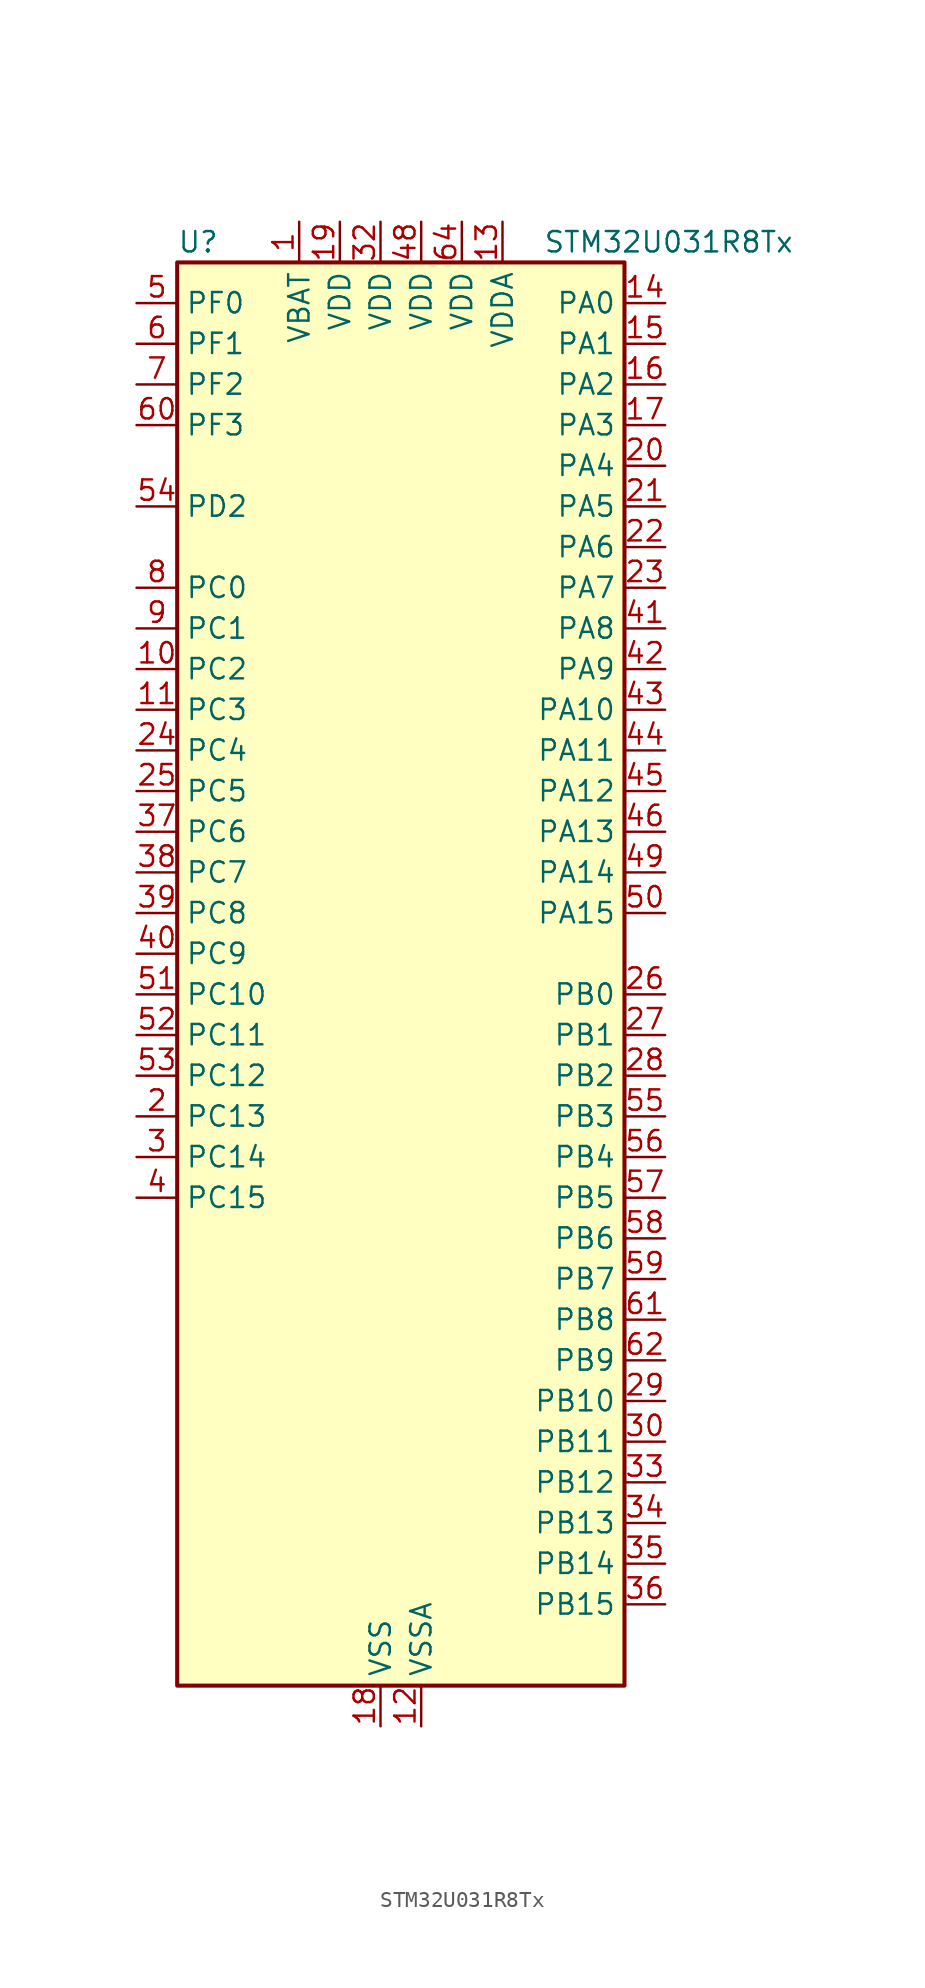
<source format=kicad_sym>
(kicad_symbol_lib
  (version 20231120)
  (generator "kicad_symbol_editor")
  (generator_version "8.99")
  (symbol "STM32U031R8Tx"
    (property "Reference" "U"
      (at -12.7 46.99 0)
      (effects (font (size 1.27 1.27)) (justify left)))
    (property "Value" "STM32U031R8Tx"
      (at 10.16 46.99 0)
      (effects (font (size 1.27 1.27)) (justify left)))
    (property "ki_locked" ""
      (at 0 0 0)
      (effects (font (size 1.27 1.27))))
    (symbol "STM32U031R8Tx_0_1"
      (rectangle (start -12.7 -43.18) (end 15.24 45.72) (stroke (width 0.254) (type default)) (fill (type background))))
    (symbol "STM32U031R8Tx_1_1"
      (pin power_in line (at -5.08 48.26 270) (length 2.54) (name "VBAT" (effects (font (size 1.27 1.27)))) (number "1" (effects (font (size 1.27 1.27)))))
      (pin bidirectional line (at -15.24 20.32 0) (length 2.54) (name "PC2" (effects (font (size 1.27 1.27)))) (number "10" (effects (font (size 1.27 1.27)))) (alternate "ADC1_IN2" bidirectional line) (alternate "LPTIM1_IN2" bidirectional line) (alternate "RCC_MCO2" bidirectional line) (alternate "SPI2_MISO" bidirectional line))
      (pin bidirectional line (at -15.24 17.78 0) (length 2.54) (name "PC3" (effects (font (size 1.27 1.27)))) (number "11" (effects (font (size 1.27 1.27)))) (alternate "ADC1_IN3" bidirectional line) (alternate "LPTIM1_ETR" bidirectional line) (alternate "LPTIM2_ETR" bidirectional line) (alternate "SPI2_MOSI" bidirectional line) (alternate "USART4_CK" bidirectional line))
      (pin power_in line (at 2.54 -45.72 90) (length 2.54) (name "VSSA" (effects (font (size 1.27 1.27)))) (number "12" (effects (font (size 1.27 1.27)))))
      (pin power_in line (at 7.62 48.26 270) (length 2.54) (name "VDDA" (effects (font (size 1.27 1.27)))) (number "13" (effects (font (size 1.27 1.27)))))
      (pin bidirectional line (at 17.78 43.18 180) (length 2.54) (name "PA0" (effects (font (size 1.27 1.27)))) (number "14" (effects (font (size 1.27 1.27)))) (alternate "ADC1_IN4" bidirectional line) (alternate "COMP1_INM" bidirectional line) (alternate "COMP1_OUT" bidirectional line) (alternate "OPAMP1_VINP" bidirectional line) (alternate "PWR_WKUP1" bidirectional line) (alternate "TAMP_IN2" bidirectional line) (alternate "TIM2_CH1" bidirectional line) (alternate "TIM2_ETR" bidirectional line) (alternate "USART2_CTS" bidirectional line) (alternate "USART4_TX" bidirectional line))
      (pin bidirectional line (at 17.78 40.64 180) (length 2.54) (name "PA1" (effects (font (size 1.27 1.27)))) (number "15" (effects (font (size 1.27 1.27)))) (alternate "ADC1_IN5" bidirectional line) (alternate "COMP1_INP" bidirectional line) (alternate "LPTIM1_CH2" bidirectional line) (alternate "OPAMP1_VINM" bidirectional line) (alternate "PWR_WKUP3" bidirectional line) (alternate "SPI1_SCK" bidirectional line) (alternate "SPI2_SCK" bidirectional line) (alternate "TAMP_IN5" bidirectional line) (alternate "TIM15_CH1N" bidirectional line) (alternate "TIM2_CH2" bidirectional line) (alternate "USART2_DE" bidirectional line) (alternate "USART2_RTS" bidirectional line) (alternate "USART4_RX" bidirectional line))
      (pin bidirectional line (at 17.78 38.1 180) (length 2.54) (name "PA2" (effects (font (size 1.27 1.27)))) (number "16" (effects (font (size 1.27 1.27)))) (alternate "ADC1_IN6" bidirectional line) (alternate "LPUART1_TX" bidirectional line) (alternate "PWR_WKUP4" bidirectional line) (alternate "RCC_LSCO" bidirectional line) (alternate "TIM15_CH1" bidirectional line) (alternate "TIM2_CH3" bidirectional line) (alternate "USART2_TX" bidirectional line))
      (pin bidirectional line (at 17.78 35.56 180) (length 2.54) (name "PA3" (effects (font (size 1.27 1.27)))) (number "17" (effects (font (size 1.27 1.27)))) (alternate "ADC1_IN7" bidirectional line) (alternate "LPUART1_RX" bidirectional line) (alternate "OPAMP1_VOUT" bidirectional line) (alternate "TIM15_CH2" bidirectional line) (alternate "TIM2_CH4" bidirectional line) (alternate "USART2_RX" bidirectional line))
      (pin power_in line (at 0 -45.72 90) (length 2.54) (name "VSS" (effects (font (size 1.27 1.27)))) (number "18" (effects (font (size 1.27 1.27)))))
      (pin power_in line (at -2.54 48.26 270) (length 2.54) (name "VDD" (effects (font (size 1.27 1.27)))) (number "19" (effects (font (size 1.27 1.27)))))
      (pin bidirectional line (at -15.24 -7.62 0) (length 2.54) (name "PC13" (effects (font (size 1.27 1.27)))) (number "2" (effects (font (size 1.27 1.27)))) (alternate "LPTIM1_CH3" bidirectional line) (alternate "PWR_WKUP2" bidirectional line) (alternate "RTC_OUT1" bidirectional line) (alternate "RTC_TS" bidirectional line) (alternate "TAMP_IN1" bidirectional line))
      (pin bidirectional line (at 17.78 33.02 180) (length 2.54) (name "PA4" (effects (font (size 1.27 1.27)))) (number "20" (effects (font (size 1.27 1.27)))) (alternate "ADC1_IN8" bidirectional line) (alternate "COMP1_INM" bidirectional line) (alternate "DAC1_OUT1" bidirectional line) (alternate "LPTIM2_CH1" bidirectional line) (alternate "SPI1_NSS" bidirectional line) (alternate "USART2_CK" bidirectional line))
      (pin bidirectional line (at 17.78 30.48 180) (length 2.54) (name "PA5" (effects (font (size 1.27 1.27)))) (number "21" (effects (font (size 1.27 1.27)))) (alternate "ADC1_IN9" bidirectional line) (alternate "COMP1_INM" bidirectional line) (alternate "LPTIM2_ETR" bidirectional line) (alternate "SPI1_SCK" bidirectional line) (alternate "TIM2_CH1" bidirectional line) (alternate "TIM2_ETR" bidirectional line) (alternate "USART3_TX" bidirectional line))
      (pin bidirectional line (at 17.78 27.94 180) (length 2.54) (name "PA6" (effects (font (size 1.27 1.27)))) (number "22" (effects (font (size 1.27 1.27)))) (alternate "ADC1_IN10" bidirectional line) (alternate "COMP1_OUT" bidirectional line) (alternate "I2C2_SDA" bidirectional line) (alternate "I2C3_SDA" bidirectional line) (alternate "LPUART1_CTS" bidirectional line) (alternate "SPI1_MISO" bidirectional line) (alternate "TIM16_CH1" bidirectional line) (alternate "TIM1_BKIN" bidirectional line) (alternate "TIM3_CH1" bidirectional line) (alternate "TSC_G5_IO1" bidirectional line) (alternate "USART3_CTS" bidirectional line))
      (pin bidirectional line (at 17.78 25.4 180) (length 2.54) (name "PA7" (effects (font (size 1.27 1.27)))) (number "23" (effects (font (size 1.27 1.27)))) (alternate "ADC1_IN14" bidirectional line) (alternate "I2C2_SCL" bidirectional line) (alternate "I2C3_SCL" bidirectional line) (alternate "LPTIM2_CH2" bidirectional line) (alternate "SPI1_MOSI" bidirectional line) (alternate "TIM1_CH1N" bidirectional line) (alternate "TIM3_CH2" bidirectional line) (alternate "USART3_RX" bidirectional line))
      (pin bidirectional line (at -15.24 15.24 0) (length 2.54) (name "PC4" (effects (font (size 1.27 1.27)))) (number "24" (effects (font (size 1.27 1.27)))) (alternate "ADC1_IN15" bidirectional line) (alternate "COMP1_INM" bidirectional line) (alternate "USART3_TX" bidirectional line))
      (pin bidirectional line (at -15.24 12.7 0) (length 2.54) (name "PC5" (effects (font (size 1.27 1.27)))) (number "25" (effects (font (size 1.27 1.27)))) (alternate "ADC1_IN16" bidirectional line) (alternate "COMP1_INP" bidirectional line) (alternate "PWR_WKUP5" bidirectional line) (alternate "TAMP_IN4" bidirectional line) (alternate "USART3_RX" bidirectional line))
      (pin bidirectional line (at 17.78 0 180) (length 2.54) (name "PB0" (effects (font (size 1.27 1.27)))) (number "26" (effects (font (size 1.27 1.27)))) (alternate "ADC1_IN17" bidirectional line) (alternate "COMP1_OUT" bidirectional line) (alternate "LPUART2_CTS" bidirectional line) (alternate "SPI1_NSS" bidirectional line) (alternate "TIM1_CH2N" bidirectional line) (alternate "TIM3_CH3" bidirectional line) (alternate "TSC_G5_IO2" bidirectional line) (alternate "USART3_CK" bidirectional line))
      (pin bidirectional line (at 17.78 -2.54 180) (length 2.54) (name "PB1" (effects (font (size 1.27 1.27)))) (number "27" (effects (font (size 1.27 1.27)))) (alternate "ADC1_IN18" bidirectional line) (alternate "COMP1_INM" bidirectional line) (alternate "LPTIM2_IN1" bidirectional line) (alternate "LPUART1_DE" bidirectional line) (alternate "LPUART1_RTS" bidirectional line) (alternate "LPUART2_DE" bidirectional line) (alternate "LPUART2_RTS" bidirectional line) (alternate "TIM1_CH3N" bidirectional line) (alternate "TIM3_CH4" bidirectional line) (alternate "TSC_SYNC" bidirectional line) (alternate "USART3_DE" bidirectional line) (alternate "USART3_RTS" bidirectional line))
      (pin bidirectional line (at 17.78 -5.08 180) (length 2.54) (name "PB2" (effects (font (size 1.27 1.27)))) (number "28" (effects (font (size 1.27 1.27)))) (alternate "COMP1_INP" bidirectional line) (alternate "LPTIM1_CH1" bidirectional line) (alternate "RTC_OUT2" bidirectional line))
      (pin bidirectional line (at 17.78 -25.4 180) (length 2.54) (name "PB10" (effects (font (size 1.27 1.27)))) (number "29" (effects (font (size 1.27 1.27)))) (alternate "COMP1_OUT" bidirectional line) (alternate "I2C2_SCL" bidirectional line) (alternate "LPUART1_RX" bidirectional line) (alternate "LPUART2_RX" bidirectional line) (alternate "SPI2_SCK" bidirectional line) (alternate "TIM2_CH3" bidirectional line) (alternate "TSC_G5_IO3" bidirectional line) (alternate "USART3_TX" bidirectional line))
      (pin bidirectional line (at -15.24 -10.16 0) (length 2.54) (name "PC14" (effects (font (size 1.27 1.27)))) (number "3" (effects (font (size 1.27 1.27)))) (alternate "RCC_OSC32_IN" bidirectional line))
      (pin bidirectional line (at 17.78 -27.94 180) (length 2.54) (name "PB11" (effects (font (size 1.27 1.27)))) (number "30" (effects (font (size 1.27 1.27)))) (alternate "ADC1_EXTI11" bidirectional line) (alternate "I2C2_SDA" bidirectional line) (alternate "LPUART1_TX" bidirectional line) (alternate "LPUART2_TX" bidirectional line) (alternate "TIM2_CH4" bidirectional line) (alternate "TSC_G5_IO4" bidirectional line) (alternate "USART3_RX" bidirectional line))
      (pin passive line (at 0 -45.72 90) (length 2.54) hide (name "VSS" (effects (font (size 1.27 1.27)))) (number "31" (effects (font (size 1.27 1.27)))))
      (pin power_in line (at 0 48.26 270) (length 2.54) (name "VDD" (effects (font (size 1.27 1.27)))) (number "32" (effects (font (size 1.27 1.27)))))
      (pin bidirectional line (at 17.78 -30.48 180) (length 2.54) (name "PB12" (effects (font (size 1.27 1.27)))) (number "33" (effects (font (size 1.27 1.27)))) (alternate "LPUART1_DE" bidirectional line) (alternate "LPUART1_RTS" bidirectional line) (alternate "SPI2_NSS" bidirectional line) (alternate "TIM15_BKIN" bidirectional line) (alternate "TIM1_BKIN" bidirectional line) (alternate "TSC_G1_IO1" bidirectional line) (alternate "USART3_CK" bidirectional line))
      (pin bidirectional line (at 17.78 -33.02 180) (length 2.54) (name "PB13" (effects (font (size 1.27 1.27)))) (number "34" (effects (font (size 1.27 1.27)))) (alternate "I2C2_SCL" bidirectional line) (alternate "LPUART1_CTS" bidirectional line) (alternate "SPI2_SCK" bidirectional line) (alternate "TIM15_CH1N" bidirectional line) (alternate "TIM1_CH1N" bidirectional line) (alternate "TSC_G1_IO2" bidirectional line) (alternate "USART3_CTS" bidirectional line))
      (pin bidirectional line (at 17.78 -35.56 180) (length 2.54) (name "PB14" (effects (font (size 1.27 1.27)))) (number "35" (effects (font (size 1.27 1.27)))) (alternate "I2C2_SDA" bidirectional line) (alternate "SPI2_MISO" bidirectional line) (alternate "TIM15_CH1" bidirectional line) (alternate "TIM1_CH2N" bidirectional line) (alternate "TSC_G1_IO3" bidirectional line) (alternate "USART3_DE" bidirectional line) (alternate "USART3_RTS" bidirectional line))
      (pin bidirectional line (at 17.78 -38.1 180) (length 2.54) (name "PB15" (effects (font (size 1.27 1.27)))) (number "36" (effects (font (size 1.27 1.27)))) (alternate "PWR_WKUP7" bidirectional line) (alternate "RTC_REFIN" bidirectional line) (alternate "SPI2_MOSI" bidirectional line) (alternate "TAMP_IN3" bidirectional line) (alternate "TIM15_CH2" bidirectional line) (alternate "TIM1_CH3N" bidirectional line) (alternate "TSC_G1_IO4" bidirectional line))
      (pin bidirectional line (at -15.24 10.16 0) (length 2.54) (name "PC6" (effects (font (size 1.27 1.27)))) (number "37" (effects (font (size 1.27 1.27)))) (alternate "COMP1_INP" bidirectional line) (alternate "LPUART2_TX" bidirectional line) (alternate "TIM3_CH1" bidirectional line) (alternate "TSC_G4_IO1" bidirectional line))
      (pin bidirectional line (at -15.24 7.62 0) (length 2.54) (name "PC7" (effects (font (size 1.27 1.27)))) (number "38" (effects (font (size 1.27 1.27)))) (alternate "LPTIM2_CH2" bidirectional line) (alternate "LPUART2_RX" bidirectional line) (alternate "TIM3_CH2" bidirectional line) (alternate "TSC_G4_IO2" bidirectional line))
      (pin bidirectional line (at -15.24 5.08 0) (length 2.54) (name "PC8" (effects (font (size 1.27 1.27)))) (number "39" (effects (font (size 1.27 1.27)))) (alternate "TIM3_CH3" bidirectional line) (alternate "TSC_G4_IO3" bidirectional line))
      (pin bidirectional line (at -15.24 -12.7 0) (length 2.54) (name "PC15" (effects (font (size 1.27 1.27)))) (number "4" (effects (font (size 1.27 1.27)))) (alternate "RCC_OSC32_EN" bidirectional line) (alternate "RCC_OSC32_OUT" bidirectional line) (alternate "RCC_OSC_EN" bidirectional line))
      (pin bidirectional line (at -15.24 2.54 0) (length 2.54) (name "PC9" (effects (font (size 1.27 1.27)))) (number "40" (effects (font (size 1.27 1.27)))) (alternate "DAC1_EXTI9" bidirectional line) (alternate "TIM3_CH4" bidirectional line) (alternate "TSC_G4_IO4" bidirectional line))
      (pin bidirectional line (at 17.78 22.86 180) (length 2.54) (name "PA8" (effects (font (size 1.27 1.27)))) (number "41" (effects (font (size 1.27 1.27)))) (alternate "LPTIM2_CH1" bidirectional line) (alternate "RCC_MCO" bidirectional line) (alternate "RCC_MCO2" bidirectional line) (alternate "TIM1_CH1" bidirectional line) (alternate "TSC_G7_IO1" bidirectional line) (alternate "USART1_CK" bidirectional line))
      (pin bidirectional line (at 17.78 20.32 180) (length 2.54) (name "PA9" (effects (font (size 1.27 1.27)))) (number "42" (effects (font (size 1.27 1.27)))) (alternate "COMP1_INP" bidirectional line) (alternate "DAC1_EXTI9" bidirectional line) (alternate "I2C1_SCL" bidirectional line) (alternate "I2C2_SCL" bidirectional line) (alternate "RCC_MCO" bidirectional line) (alternate "TIM15_BKIN" bidirectional line) (alternate "TIM1_CH2" bidirectional line) (alternate "TSC_G7_IO2" bidirectional line) (alternate "USART1_TX" bidirectional line))
      (pin bidirectional line (at 17.78 17.78 180) (length 2.54) (name "PA10" (effects (font (size 1.27 1.27)))) (number "43" (effects (font (size 1.27 1.27)))) (alternate "I2C1_SDA" bidirectional line) (alternate "I2C2_SDA" bidirectional line) (alternate "RCC_MCO2" bidirectional line) (alternate "SPI2_NSS" bidirectional line) (alternate "TIM1_CH3" bidirectional line) (alternate "TSC_G7_IO3" bidirectional line) (alternate "USART1_RX" bidirectional line))
      (pin bidirectional line (at 17.78 15.24 180) (length 2.54) (name "PA11" (effects (font (size 1.27 1.27)))) (number "44" (effects (font (size 1.27 1.27)))) (alternate "ADC1_EXTI11" bidirectional line) (alternate "COMP1_OUT" bidirectional line) (alternate "SPI1_MISO" bidirectional line) (alternate "SPI2_MISO" bidirectional line) (alternate "TIM1_BKIN2" bidirectional line) (alternate "TIM1_CH4" bidirectional line) (alternate "USART1_CTS" bidirectional line))
      (pin bidirectional line (at 17.78 12.7 180) (length 2.54) (name "PA12" (effects (font (size 1.27 1.27)))) (number "45" (effects (font (size 1.27 1.27)))) (alternate "SPI1_MOSI" bidirectional line) (alternate "SPI2_MOSI" bidirectional line) (alternate "TIM1_ETR" bidirectional line) (alternate "USART1_DE" bidirectional line) (alternate "USART1_RTS" bidirectional line))
      (pin bidirectional line (at 17.78 10.16 180) (length 2.54) (name "PA13" (effects (font (size 1.27 1.27)))) (number "46" (effects (font (size 1.27 1.27)))) (alternate "DEBUG_JTMS-SWDIO" bidirectional line) (alternate "IR_OUT" bidirectional line) (alternate "TSC_G7_IO4" bidirectional line))
      (pin passive line (at 0 -45.72 90) (length 2.54) hide (name "VSS" (effects (font (size 1.27 1.27)))) (number "47" (effects (font (size 1.27 1.27)))))
      (pin power_in line (at 2.54 48.26 270) (length 2.54) (name "VDD" (effects (font (size 1.27 1.27)))) (number "48" (effects (font (size 1.27 1.27)))))
      (pin bidirectional line (at 17.78 7.62 180) (length 2.54) (name "PA14" (effects (font (size 1.27 1.27)))) (number "49" (effects (font (size 1.27 1.27)))) (alternate "DEBUG_JTCK-SWCLK" bidirectional line) (alternate "LPTIM1_CH1" bidirectional line) (alternate "TSC_G3_IO4" bidirectional line))
      (pin bidirectional line (at -15.24 43.18 0) (length 2.54) (name "PF0" (effects (font (size 1.27 1.27)))) (number "5" (effects (font (size 1.27 1.27)))) (alternate "RCC_OSC_IN" bidirectional line))
      (pin bidirectional line (at 17.78 5.08 180) (length 2.54) (name "PA15" (effects (font (size 1.27 1.27)))) (number "50" (effects (font (size 1.27 1.27)))) (alternate "DEBUG_JTDI" bidirectional line) (alternate "SPI1_NSS" bidirectional line) (alternate "TIM2_CH1" bidirectional line) (alternate "TIM2_ETR" bidirectional line) (alternate "TSC_G3_IO1" bidirectional line) (alternate "USART2_RX" bidirectional line) (alternate "USART3_DE" bidirectional line) (alternate "USART3_RTS" bidirectional line) (alternate "USART4_DE" bidirectional line) (alternate "USART4_RTS" bidirectional line))
      (pin bidirectional line (at -15.24 0 0) (length 2.54) (name "PC10" (effects (font (size 1.27 1.27)))) (number "51" (effects (font (size 1.27 1.27)))) (alternate "TSC_G3_IO2" bidirectional line) (alternate "USART3_TX" bidirectional line) (alternate "USART4_TX" bidirectional line))
      (pin bidirectional line (at -15.24 -2.54 0) (length 2.54) (name "PC11" (effects (font (size 1.27 1.27)))) (number "52" (effects (font (size 1.27 1.27)))) (alternate "ADC1_EXTI11" bidirectional line) (alternate "TSC_G3_IO3" bidirectional line) (alternate "USART3_RX" bidirectional line) (alternate "USART4_RX" bidirectional line))
      (pin bidirectional line (at -15.24 -5.08 0) (length 2.54) (name "PC12" (effects (font (size 1.27 1.27)))) (number "53" (effects (font (size 1.27 1.27)))) (alternate "USART3_CK" bidirectional line) (alternate "USART4_CK" bidirectional line))
      (pin bidirectional line (at -15.24 30.48 0) (length 2.54) (name "PD2" (effects (font (size 1.27 1.27)))) (number "54" (effects (font (size 1.27 1.27)))) (alternate "TIM3_ETR" bidirectional line) (alternate "TSC_SYNC" bidirectional line) (alternate "USART3_DE" bidirectional line) (alternate "USART3_RTS" bidirectional line))
      (pin bidirectional line (at 17.78 -7.62 180) (length 2.54) (name "PB3" (effects (font (size 1.27 1.27)))) (number "55" (effects (font (size 1.27 1.27)))) (alternate "DEBUG_JTDO-SWO" bidirectional line) (alternate "I2C2_SCL" bidirectional line) (alternate "I2C3_SCL" bidirectional line) (alternate "LPTIM1_CH3" bidirectional line) (alternate "SPI1_SCK" bidirectional line) (alternate "TIM2_CH2" bidirectional line) (alternate "USART1_DE" bidirectional line) (alternate "USART1_RTS" bidirectional line))
      (pin bidirectional line (at 17.78 -10.16 180) (length 2.54) (name "PB4" (effects (font (size 1.27 1.27)))) (number "56" (effects (font (size 1.27 1.27)))) (alternate "I2C2_SDA" bidirectional line) (alternate "I2C3_SDA" bidirectional line) (alternate "LPTIM1_CH4" bidirectional line) (alternate "SPI1_MISO" bidirectional line) (alternate "TIM3_CH1" bidirectional line) (alternate "TSC_G2_IO1" bidirectional line) (alternate "USART1_CTS" bidirectional line))
      (pin bidirectional line (at 17.78 -12.7 180) (length 2.54) (name "PB5" (effects (font (size 1.27 1.27)))) (number "57" (effects (font (size 1.27 1.27)))) (alternate "LPTIM1_IN1" bidirectional line) (alternate "SPI1_MOSI" bidirectional line) (alternate "TIM16_BKIN" bidirectional line) (alternate "TIM3_CH2" bidirectional line) (alternate "TSC_G2_IO2" bidirectional line) (alternate "USART1_CK" bidirectional line))
      (pin bidirectional line (at 17.78 -15.24 180) (length 2.54) (name "PB6" (effects (font (size 1.27 1.27)))) (number "58" (effects (font (size 1.27 1.27)))) (alternate "I2C1_SCL" bidirectional line) (alternate "I2C2_SCL" bidirectional line) (alternate "LPTIM1_ETR" bidirectional line) (alternate "LPUART2_TX" bidirectional line) (alternate "TIM16_CH1N" bidirectional line) (alternate "TSC_G2_IO3" bidirectional line) (alternate "USART1_TX" bidirectional line))
      (pin bidirectional line (at 17.78 -17.78 180) (length 2.54) (name "PB7" (effects (font (size 1.27 1.27)))) (number "59" (effects (font (size 1.27 1.27)))) (alternate "I2C1_SDA" bidirectional line) (alternate "I2C2_SDA" bidirectional line) (alternate "LPTIM1_IN2" bidirectional line) (alternate "LPUART2_RX" bidirectional line) (alternate "TSC_G2_IO4" bidirectional line) (alternate "USART1_RX" bidirectional line) (alternate "USART4_CTS" bidirectional line))
      (pin bidirectional line (at -15.24 40.64 0) (length 2.54) (name "PF1" (effects (font (size 1.27 1.27)))) (number "6" (effects (font (size 1.27 1.27)))) (alternate "RCC_OSC_EN" bidirectional line) (alternate "RCC_OSC_OUT" bidirectional line))
      (pin bidirectional line (at -15.24 35.56 0) (length 2.54) (name "PF3" (effects (font (size 1.27 1.27)))) (number "60" (effects (font (size 1.27 1.27)))))
      (pin bidirectional line (at 17.78 -20.32 180) (length 2.54) (name "PB8" (effects (font (size 1.27 1.27)))) (number "61" (effects (font (size 1.27 1.27)))) (alternate "I2C1_SCL" bidirectional line) (alternate "I2C2_SCL" bidirectional line) (alternate "LPTIM1_IN2" bidirectional line) (alternate "TIM16_CH1" bidirectional line) (alternate "USART3_TX" bidirectional line))
      (pin bidirectional line (at 17.78 -22.86 180) (length 2.54) (name "PB9" (effects (font (size 1.27 1.27)))) (number "62" (effects (font (size 1.27 1.27)))) (alternate "DAC1_EXTI9" bidirectional line) (alternate "I2C1_SDA" bidirectional line) (alternate "I2C2_SDA" bidirectional line) (alternate "IR_OUT" bidirectional line) (alternate "LPTIM1_CH4" bidirectional line) (alternate "SPI2_NSS" bidirectional line) (alternate "USART3_RX" bidirectional line))
      (pin passive line (at 0 -45.72 90) (length 2.54) hide (name "VSS" (effects (font (size 1.27 1.27)))) (number "63" (effects (font (size 1.27 1.27)))))
      (pin power_in line (at 5.08 48.26 270) (length 2.54) (name "VDD" (effects (font (size 1.27 1.27)))) (number "64" (effects (font (size 1.27 1.27)))))
      (pin bidirectional line (at -15.24 38.1 0) (length 2.54) (name "PF2" (effects (font (size 1.27 1.27)))) (number "7" (effects (font (size 1.27 1.27)))) (alternate "RCC_MCO" bidirectional line))
      (pin bidirectional line (at -15.24 25.4 0) (length 2.54) (name "PC0" (effects (font (size 1.27 1.27)))) (number "8" (effects (font (size 1.27 1.27)))) (alternate "ADC1_IN0" bidirectional line) (alternate "I2C3_SCL" bidirectional line) (alternate "LPTIM1_IN1" bidirectional line) (alternate "LPTIM2_IN1" bidirectional line) (alternate "LPUART1_RX" bidirectional line) (alternate "LPUART2_TX" bidirectional line))
      (pin bidirectional line (at -15.24 22.86 0) (length 2.54) (name "PC1" (effects (font (size 1.27 1.27)))) (number "9" (effects (font (size 1.27 1.27)))) (alternate "ADC1_IN1" bidirectional line) (alternate "I2C3_SDA" bidirectional line) (alternate "LPTIM1_CH1" bidirectional line) (alternate "LPUART1_TX" bidirectional line) (alternate "LPUART2_RX" bidirectional line)))))
</source>
